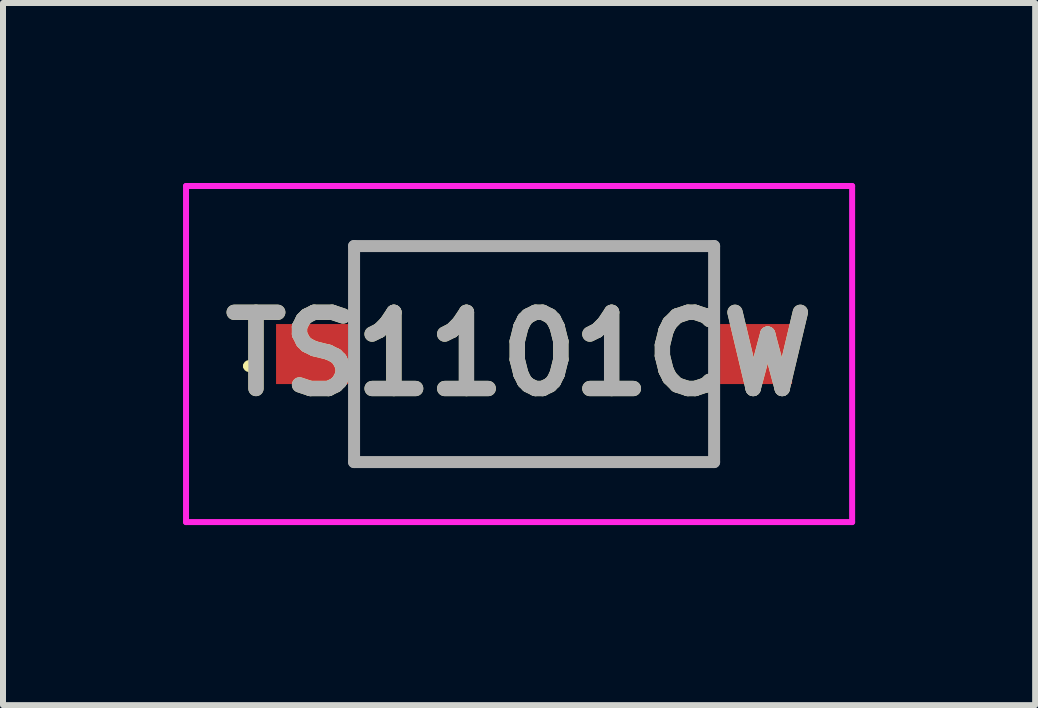
<source format=kicad_pcb>
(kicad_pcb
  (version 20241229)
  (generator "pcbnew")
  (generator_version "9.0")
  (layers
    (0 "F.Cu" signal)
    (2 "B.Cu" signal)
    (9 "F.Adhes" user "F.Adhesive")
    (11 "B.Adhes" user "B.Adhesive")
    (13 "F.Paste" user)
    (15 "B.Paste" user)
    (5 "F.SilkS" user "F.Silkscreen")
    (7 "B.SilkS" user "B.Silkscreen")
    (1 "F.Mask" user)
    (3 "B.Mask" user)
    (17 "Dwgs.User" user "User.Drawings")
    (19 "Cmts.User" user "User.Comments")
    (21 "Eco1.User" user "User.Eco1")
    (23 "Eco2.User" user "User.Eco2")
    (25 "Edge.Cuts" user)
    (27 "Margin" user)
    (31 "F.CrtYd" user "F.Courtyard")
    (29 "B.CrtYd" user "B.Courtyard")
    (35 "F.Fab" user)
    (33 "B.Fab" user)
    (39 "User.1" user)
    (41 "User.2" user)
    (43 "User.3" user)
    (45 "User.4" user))
  (footprint "TS1101CW"
    (layer "F.Cu")
    (at 5.85 2.85)
    (property "Reference" "TS1101CW" (at -0.25 0 0) (layer "F.SilkS") (effects (font (size 1.27 1.27) (thickness 0.254))))
    (attr smd)
    (fp_line (start -4.8 0.2) (end -4.8 0.2) (stroke (width 0.1) (type solid)) (layer "F.SilkS"))
    (fp_line (start -4.7 0.2) (end -4.7 0.2) (stroke (width 0.1) (type solid)) (layer "F.SilkS"))
    (fp_line (start -3 -1.8) (end 3 -1.8) (stroke (width 0.1) (type solid)) (layer "F.SilkS"))
    (fp_line (start -3 -0.9) (end -3 -1.8) (stroke (width 0.1) (type solid)) (layer "F.SilkS"))
    (fp_line (start -3 0.9) (end -3 1.8) (stroke (width 0.1) (type solid)) (layer "F.SilkS"))
    (fp_line (start -3 1.8) (end 3 1.8) (stroke (width 0.1) (type solid)) (layer "F.SilkS"))
    (fp_line (start 3 -1.8) (end 3 -0.9) (stroke (width 0.1) (type solid)) (layer "F.SilkS"))
    (fp_line (start 3 1.8) (end 3 0.9) (stroke (width 0.1) (type solid)) (layer "F.SilkS"))
    (fp_arc (start -4.8 0.2) (mid -4.75 0.15) (end -4.7 0.2) (stroke (width 0.1) (type solid)) (layer "F.SilkS"))
    (fp_arc (start -4.7 0.2) (mid -4.75 0.25) (end -4.8 0.2) (stroke (width 0.1) (type solid)) (layer "F.SilkS"))
    (fp_line (start -5.8 -2.8) (end 5.3 -2.8) (stroke (width 0.1) (type solid)) (layer "F.CrtYd"))
    (fp_line (start -5.8 2.8) (end -5.8 -2.8) (stroke (width 0.1) (type solid)) (layer "F.CrtYd"))
    (fp_line (start 5.3 -2.8) (end 5.3 2.8) (stroke (width 0.1) (type solid)) (layer "F.CrtYd"))
    (fp_line (start 5.3 2.8) (end -5.8 2.8) (stroke (width 0.1) (type solid)) (layer "F.CrtYd"))
    (fp_line (start -3 -1.8) (end 3 -1.8) (stroke (width 0.2) (type solid)) (layer "F.Fab"))
    (fp_line (start -3 1.8) (end -3 -1.8) (stroke (width 0.2) (type solid)) (layer "F.Fab"))
    (fp_line (start 3 -1.8) (end 3 1.8) (stroke (width 0.2) (type solid)) (layer "F.Fab"))
    (fp_line (start 3 1.8) (end -3 1.8) (stroke (width 0.2) (type solid)) (layer "F.Fab"))
    (fp_text user "${REFERENCE}" (at -0.25 0 0) (layer "F.Fab") (effects (font (size 1.27 1.27) (thickness 0.254))))
    (pad "1" smd rect (at -3.7 0 90) (size 1 1.2) (layers "F.Cu" "F.Mask" "F.Paste"))
    (pad "2" smd rect (at 3.7 0 90) (size 1 1.2) (layers "F.Cu" "F.Mask" "F.Paste")))
  (gr_rect
    (start -3 -3)
    (end 14.2 8.7)
    (stroke (width 0.1) (type default))
    (fill no)
    (layer "Edge.Cuts")))
</source>
